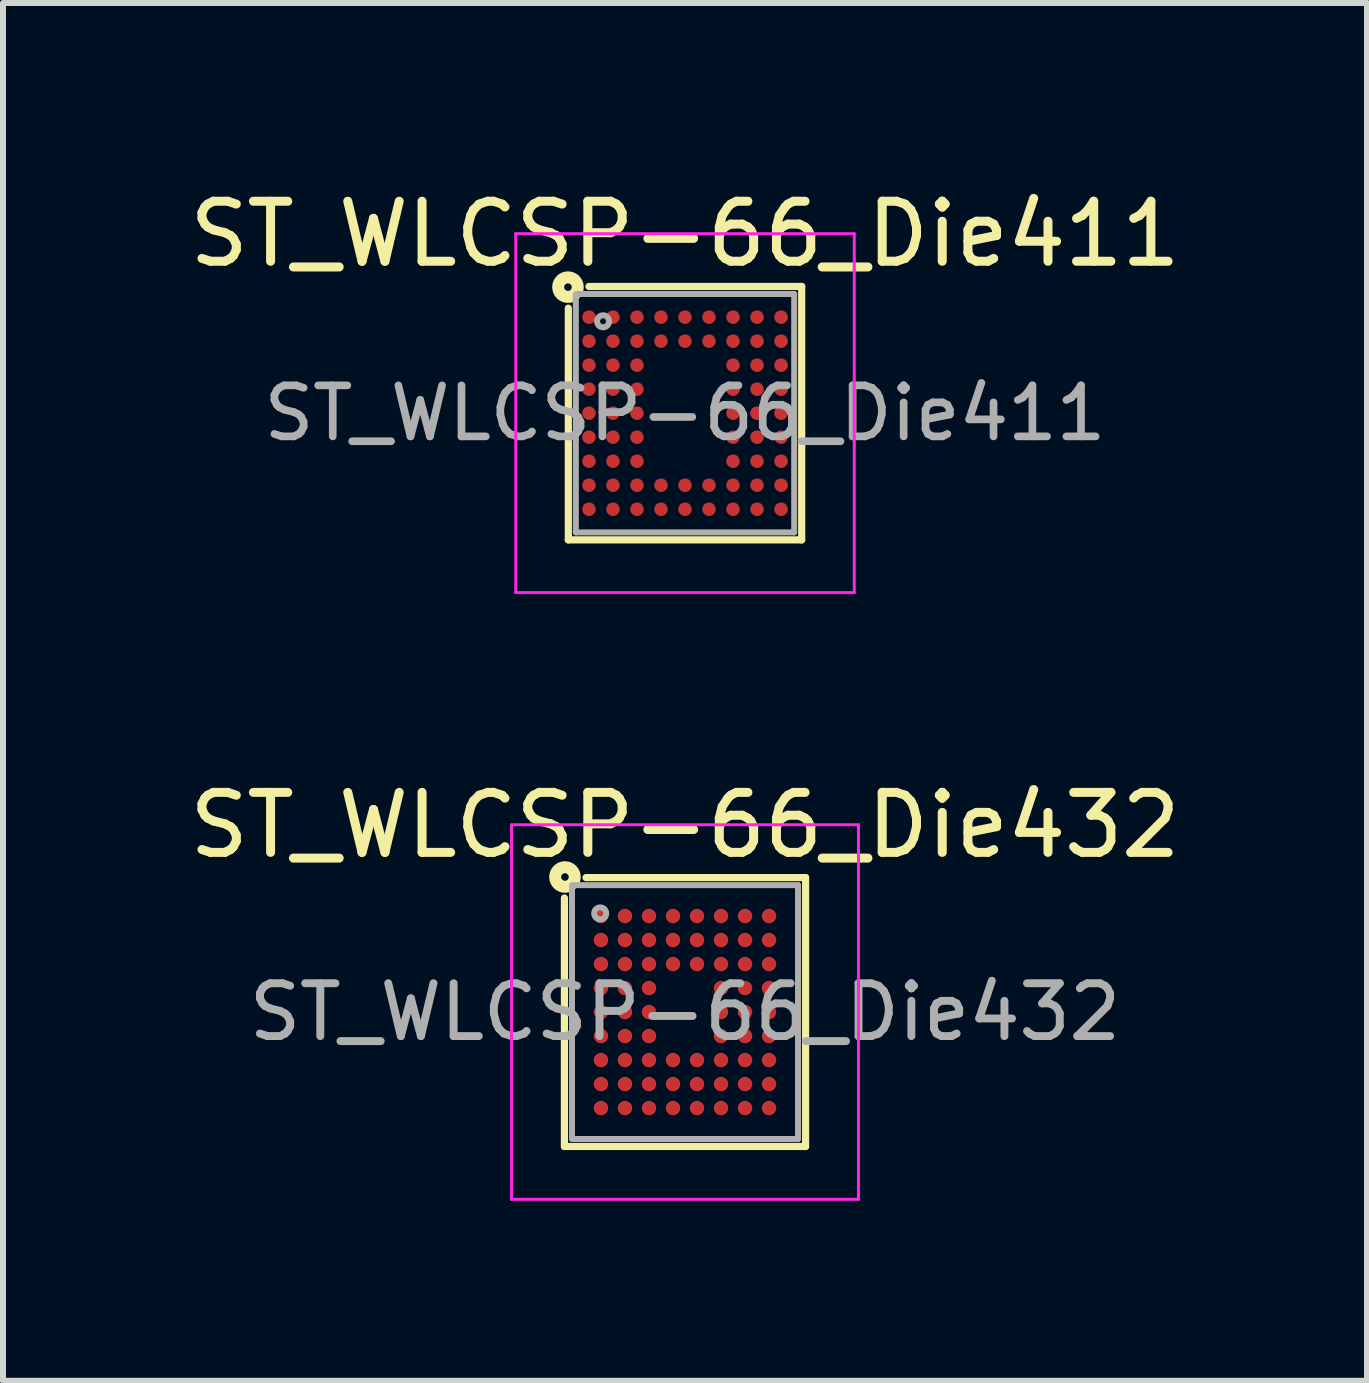
<source format=kicad_pcb>
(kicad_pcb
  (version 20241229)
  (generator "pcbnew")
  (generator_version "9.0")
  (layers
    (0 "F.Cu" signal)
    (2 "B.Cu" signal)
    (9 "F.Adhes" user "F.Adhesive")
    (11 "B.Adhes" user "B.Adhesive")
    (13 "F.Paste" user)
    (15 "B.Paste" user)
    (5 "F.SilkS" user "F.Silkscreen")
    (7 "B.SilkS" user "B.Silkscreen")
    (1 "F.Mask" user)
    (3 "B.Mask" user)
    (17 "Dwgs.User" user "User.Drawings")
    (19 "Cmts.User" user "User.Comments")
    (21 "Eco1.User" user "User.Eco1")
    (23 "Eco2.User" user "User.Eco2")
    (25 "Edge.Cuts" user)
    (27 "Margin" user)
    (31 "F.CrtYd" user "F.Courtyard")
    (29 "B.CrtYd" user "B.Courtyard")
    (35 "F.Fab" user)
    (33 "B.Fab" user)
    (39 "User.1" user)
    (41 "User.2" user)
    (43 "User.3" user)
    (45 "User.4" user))
  (footprint "ST_WLCSP-66_Die432"
    (layer "F.Cu")
    (at 8.363 13.812)
    (property "Reference" "ST_WLCSP-66_Die432" (at 0 -3.115 0) (layer "F.SilkS") (effects (font (size 1 1) (thickness 0.15))))
    (attr smd)
    (fp_line (start -2.009 2.24) (end -2.009 -1.9) (stroke (width 0.12) (type solid)) (layer "F.SilkS"))
    (fp_line (start -1.65 -2.24) (end 2.009 -2.24) (stroke (width 0.12) (type solid)) (layer "F.SilkS"))
    (fp_line (start 2.009 -2.24) (end 2.009 2.24) (stroke (width 0.12) (type solid)) (layer "F.SilkS"))
    (fp_line (start 2.009 2.24) (end -2.009 2.24) (stroke (width 0.12) (type solid)) (layer "F.SilkS"))
    (fp_circle (center -2 -2.25) (end -1.937 -2.25) (stroke (width 0.2) (type solid)) (fill no) (layer "F.SilkS"))
    (fp_line (start -2.89 -3.12) (end -2.89 3.12) (stroke (width 0.05) (type solid)) (layer "F.CrtYd"))
    (fp_line (start -2.89 3.12) (end 2.89 3.12) (stroke (width 0.05) (type solid)) (layer "F.CrtYd"))
    (fp_line (start 2.89 -3.12) (end -2.89 -3.12) (stroke (width 0.05) (type solid)) (layer "F.CrtYd"))
    (fp_line (start 2.89 3.12) (end 2.89 -3.12) (stroke (width 0.05) (type solid)) (layer "F.CrtYd"))
    (fp_line (start -1.883 2.115) (end -1.883 -2.1) (stroke (width 0.1) (type solid)) (layer "F.Fab"))
    (fp_line (start -1.88 -2.115) (end 1.883 -2.115) (stroke (width 0.1) (type solid)) (layer "F.Fab"))
    (fp_line (start 1.883 -2.115) (end 1.883 2.115) (stroke (width 0.1) (type solid)) (layer "F.Fab"))
    (fp_line (start 1.883 2.115) (end -1.883 2.115) (stroke (width 0.1) (type solid)) (layer "F.Fab"))
    (fp_circle (center -1.413 -1.644) (end -1.313 -1.644) (stroke (width 0.1) (type solid)) (fill no) (layer "F.Fab"))
    (fp_text user "${REFERENCE}" (at 0 0 0) (layer "F.Fab") (effects (font (size 0.88 0.88) (thickness 0.132))))
    (pad "A1" smd circle (at -1.4 -1.6) (size 0.24 0.24) (layers "F.Cu" "F.Mask" "F.Paste"))
    (pad "A2" smd circle (at -1 -1.6) (size 0.24 0.24) (layers "F.Cu" "F.Mask" "F.Paste"))
    (pad "A3" smd circle (at -0.6 -1.6) (size 0.24 0.24) (layers "F.Cu" "F.Mask" "F.Paste"))
    (pad "A4" smd circle (at -0.2 -1.6) (size 0.24 0.24) (layers "F.Cu" "F.Mask" "F.Paste"))
    (pad "A5" smd circle (at 0.2 -1.6) (size 0.24 0.24) (layers "F.Cu" "F.Mask" "F.Paste"))
    (pad "A6" smd circle (at 0.6 -1.6) (size 0.24 0.24) (layers "F.Cu" "F.Mask" "F.Paste"))
    (pad "A7" smd circle (at 1 -1.6) (size 0.24 0.24) (layers "F.Cu" "F.Mask" "F.Paste"))
    (pad "A8" smd circle (at 1.4 -1.6) (size 0.24 0.24) (layers "F.Cu" "F.Mask" "F.Paste"))
    (pad "B1" smd circle (at -1.4 -1.2) (size 0.24 0.24) (layers "F.Cu" "F.Mask" "F.Paste"))
    (pad "B2" smd circle (at -1 -1.2) (size 0.24 0.24) (layers "F.Cu" "F.Mask" "F.Paste"))
    (pad "B3" smd circle (at -0.6 -1.2) (size 0.24 0.24) (layers "F.Cu" "F.Mask" "F.Paste"))
    (pad "B4" smd circle (at -0.2 -1.2) (size 0.24 0.24) (layers "F.Cu" "F.Mask" "F.Paste"))
    (pad "B5" smd circle (at 0.2 -1.2) (size 0.24 0.24) (layers "F.Cu" "F.Mask" "F.Paste"))
    (pad "B6" smd circle (at 0.6 -1.2) (size 0.24 0.24) (layers "F.Cu" "F.Mask" "F.Paste"))
    (pad "B7" smd circle (at 1 -1.2) (size 0.24 0.24) (layers "F.Cu" "F.Mask" "F.Paste"))
    (pad "B8" smd circle (at 1.4 -1.2) (size 0.24 0.24) (layers "F.Cu" "F.Mask" "F.Paste"))
    (pad "C1" smd circle (at -1.4 -0.8) (size 0.24 0.24) (layers "F.Cu" "F.Mask" "F.Paste"))
    (pad "C2" smd circle (at -1 -0.8) (size 0.24 0.24) (layers "F.Cu" "F.Mask" "F.Paste"))
    (pad "C3" smd circle (at -0.6 -0.8) (size 0.24 0.24) (layers "F.Cu" "F.Mask" "F.Paste"))
    (pad "C4" smd circle (at -0.2 -0.8) (size 0.24 0.24) (layers "F.Cu" "F.Mask" "F.Paste"))
    (pad "C5" smd circle (at 0.2 -0.8) (size 0.24 0.24) (layers "F.Cu" "F.Mask" "F.Paste"))
    (pad "C6" smd circle (at 0.6 -0.8) (size 0.24 0.24) (layers "F.Cu" "F.Mask" "F.Paste"))
    (pad "C7" smd circle (at 1 -0.8) (size 0.24 0.24) (layers "F.Cu" "F.Mask" "F.Paste"))
    (pad "C8" smd circle (at 1.4 -0.8) (size 0.24 0.24) (layers "F.Cu" "F.Mask" "F.Paste"))
    (pad "D1" smd circle (at -1.4 -0.4) (size 0.24 0.24) (layers "F.Cu" "F.Mask" "F.Paste"))
    (pad "D2" smd circle (at -1 -0.4) (size 0.24 0.24) (layers "F.Cu" "F.Mask" "F.Paste"))
    (pad "D3" smd circle (at -0.6 -0.4) (size 0.24 0.24) (layers "F.Cu" "F.Mask" "F.Paste"))
    (pad "D6" smd circle (at 0.6 -0.4) (size 0.24 0.24) (layers "F.Cu" "F.Mask" "F.Paste"))
    (pad "D7" smd circle (at 1 -0.4) (size 0.24 0.24) (layers "F.Cu" "F.Mask" "F.Paste"))
    (pad "D8" smd circle (at 1.4 -0.4) (size 0.24 0.24) (layers "F.Cu" "F.Mask" "F.Paste"))
    (pad "E1" smd circle (at -1.4 0) (size 0.24 0.24) (layers "F.Cu" "F.Mask" "F.Paste"))
    (pad "E2" smd circle (at -1 0) (size 0.24 0.24) (layers "F.Cu" "F.Mask" "F.Paste"))
    (pad "E3" smd circle (at -0.6 0) (size 0.24 0.24) (layers "F.Cu" "F.Mask" "F.Paste"))
    (pad "E6" smd circle (at 0.6 0) (size 0.24 0.24) (layers "F.Cu" "F.Mask" "F.Paste"))
    (pad "E7" smd circle (at 1 0) (size 0.24 0.24) (layers "F.Cu" "F.Mask" "F.Paste"))
    (pad "E8" smd circle (at 1.4 0) (size 0.24 0.24) (layers "F.Cu" "F.Mask" "F.Paste"))
    (pad "F1" smd circle (at -1.4 0.4) (size 0.24 0.24) (layers "F.Cu" "F.Mask" "F.Paste"))
    (pad "F2" smd circle (at -1 0.4) (size 0.24 0.24) (layers "F.Cu" "F.Mask" "F.Paste"))
    (pad "F3" smd circle (at -0.6 0.4) (size 0.24 0.24) (layers "F.Cu" "F.Mask" "F.Paste"))
    (pad "F6" smd circle (at 0.6 0.4) (size 0.24 0.24) (layers "F.Cu" "F.Mask" "F.Paste"))
    (pad "F7" smd circle (at 1 0.4) (size 0.24 0.24) (layers "F.Cu" "F.Mask" "F.Paste"))
    (pad "F8" smd circle (at 1.4 0.4) (size 0.24 0.24) (layers "F.Cu" "F.Mask" "F.Paste"))
    (pad "G1" smd circle (at -1.4 0.8) (size 0.24 0.24) (layers "F.Cu" "F.Mask" "F.Paste"))
    (pad "G2" smd circle (at -1 0.8) (size 0.24 0.24) (layers "F.Cu" "F.Mask" "F.Paste"))
    (pad "G3" smd circle (at -0.6 0.8) (size 0.24 0.24) (layers "F.Cu" "F.Mask" "F.Paste"))
    (pad "G4" smd circle (at -0.2 0.8) (size 0.24 0.24) (layers "F.Cu" "F.Mask" "F.Paste"))
    (pad "G5" smd circle (at 0.2 0.8) (size 0.24 0.24) (layers "F.Cu" "F.Mask" "F.Paste"))
    (pad "G6" smd circle (at 0.6 0.8) (size 0.24 0.24) (layers "F.Cu" "F.Mask" "F.Paste"))
    (pad "G7" smd circle (at 1 0.8) (size 0.24 0.24) (layers "F.Cu" "F.Mask" "F.Paste"))
    (pad "G8" smd circle (at 1.4 0.8) (size 0.24 0.24) (layers "F.Cu" "F.Mask" "F.Paste"))
    (pad "H1" smd circle (at -1.4 1.2) (size 0.24 0.24) (layers "F.Cu" "F.Mask" "F.Paste"))
    (pad "H2" smd circle (at -1 1.2) (size 0.24 0.24) (layers "F.Cu" "F.Mask" "F.Paste"))
    (pad "H3" smd circle (at -0.6 1.2) (size 0.24 0.24) (layers "F.Cu" "F.Mask" "F.Paste"))
    (pad "H4" smd circle (at -0.2 1.2) (size 0.24 0.24) (layers "F.Cu" "F.Mask" "F.Paste"))
    (pad "H5" smd circle (at 0.2 1.2) (size 0.24 0.24) (layers "F.Cu" "F.Mask" "F.Paste"))
    (pad "H6" smd circle (at 0.6 1.2) (size 0.24 0.24) (layers "F.Cu" "F.Mask" "F.Paste"))
    (pad "H7" smd circle (at 1 1.2) (size 0.24 0.24) (layers "F.Cu" "F.Mask" "F.Paste"))
    (pad "H8" smd circle (at 1.4 1.2) (size 0.24 0.24) (layers "F.Cu" "F.Mask" "F.Paste"))
    (pad "J1" smd circle (at -1.4 1.6) (size 0.24 0.24) (layers "F.Cu" "F.Mask" "F.Paste"))
    (pad "J2" smd circle (at -1 1.6) (size 0.24 0.24) (layers "F.Cu" "F.Mask" "F.Paste"))
    (pad "J3" smd circle (at -0.6 1.6) (size 0.24 0.24) (layers "F.Cu" "F.Mask" "F.Paste"))
    (pad "J4" smd circle (at -0.2 1.6) (size 0.24 0.24) (layers "F.Cu" "F.Mask" "F.Paste"))
    (pad "J5" smd circle (at 0.2 1.6) (size 0.24 0.24) (layers "F.Cu" "F.Mask" "F.Paste"))
    (pad "J6" smd circle (at 0.6 1.6) (size 0.24 0.24) (layers "F.Cu" "F.Mask" "F.Paste"))
    (pad "J7" smd circle (at 1 1.6) (size 0.24 0.24) (layers "F.Cu" "F.Mask" "F.Paste"))
    (pad "J8" smd circle (at 1.4 1.6) (size 0.24 0.24) (layers "F.Cu" "F.Mask" "F.Paste")))
  (footprint "ST_WLCSP-66_Die411"
    (layer "F.Cu")
    (at 8.363 3.834)
    (property "Reference" "ST_WLCSP-66_Die411" (at 0 -2.986 0) (layer "F.SilkS") (effects (font (size 1 1) (thickness 0.15))))
    (attr smd)
    (fp_line (start -1.944 2.111) (end -1.944 -1.75) (stroke (width 0.12) (type solid)) (layer "F.SilkS"))
    (fp_line (start -1.6 -2.111) (end 1.944 -2.111) (stroke (width 0.12) (type solid)) (layer "F.SilkS"))
    (fp_line (start 1.944 -2.111) (end 1.944 2.111) (stroke (width 0.12) (type solid)) (layer "F.SilkS"))
    (fp_line (start 1.944 2.111) (end -1.944 2.111) (stroke (width 0.12) (type solid)) (layer "F.SilkS"))
    (fp_circle (center -1.95 -2.1) (end -1.887 -2.1) (stroke (width 0.2) (type solid)) (fill no) (layer "F.SilkS"))
    (fp_line (start -2.82 -2.99) (end -2.82 2.99) (stroke (width 0.05) (type solid)) (layer "F.CrtYd"))
    (fp_line (start -2.82 2.99) (end 2.82 2.99) (stroke (width 0.05) (type solid)) (layer "F.CrtYd"))
    (fp_line (start 2.82 -2.99) (end -2.82 -2.99) (stroke (width 0.05) (type solid)) (layer "F.CrtYd"))
    (fp_line (start 2.82 2.99) (end 2.82 -2.99) (stroke (width 0.05) (type solid)) (layer "F.CrtYd"))
    (fp_line (start -1.819 1.986) (end -1.819 -1.98) (stroke (width 0.1) (type solid)) (layer "F.Fab"))
    (fp_line (start -1.81 -1.986) (end 1.819 -1.986) (stroke (width 0.1) (type solid)) (layer "F.Fab"))
    (fp_line (start 1.819 -1.986) (end 1.819 1.986) (stroke (width 0.1) (type solid)) (layer "F.Fab"))
    (fp_line (start 1.819 1.986) (end -1.819 1.986) (stroke (width 0.1) (type solid)) (layer "F.Fab"))
    (fp_circle (center -1.365 -1.531) (end -1.265 -1.531) (stroke (width 0.1) (type solid)) (fill no) (layer "F.Fab"))
    (fp_text user "${REFERENCE}" (at 0 0 0) (layer "F.Fab") (effects (font (size 0.85 0.85) (thickness 0.128))))
    (pad "A1" smd circle (at -1.6 -1.6) (size 0.225 0.225) (layers "F.Cu" "F.Mask" "F.Paste"))
    (pad "A2" smd circle (at -1.2 -1.6) (size 0.225 0.225) (layers "F.Cu" "F.Mask" "F.Paste"))
    (pad "A3" smd circle (at -0.8 -1.6) (size 0.225 0.225) (layers "F.Cu" "F.Mask" "F.Paste"))
    (pad "A4" smd circle (at -0.4 -1.6) (size 0.225 0.225) (layers "F.Cu" "F.Mask" "F.Paste"))
    (pad "A5" smd circle (at 0 -1.6) (size 0.225 0.225) (layers "F.Cu" "F.Mask" "F.Paste"))
    (pad "A6" smd circle (at 0.4 -1.6) (size 0.225 0.225) (layers "F.Cu" "F.Mask" "F.Paste"))
    (pad "A7" smd circle (at 0.8 -1.6) (size 0.225 0.225) (layers "F.Cu" "F.Mask" "F.Paste"))
    (pad "A8" smd circle (at 1.2 -1.6) (size 0.225 0.225) (layers "F.Cu" "F.Mask" "F.Paste"))
    (pad "A9" smd circle (at 1.6 -1.6) (size 0.225 0.225) (layers "F.Cu" "F.Mask" "F.Paste"))
    (pad "B1" smd circle (at -1.6 -1.2) (size 0.225 0.225) (layers "F.Cu" "F.Mask" "F.Paste"))
    (pad "B2" smd circle (at -1.2 -1.2) (size 0.225 0.225) (layers "F.Cu" "F.Mask" "F.Paste"))
    (pad "B3" smd circle (at -0.8 -1.2) (size 0.225 0.225) (layers "F.Cu" "F.Mask" "F.Paste"))
    (pad "B4" smd circle (at -0.4 -1.2) (size 0.225 0.225) (layers "F.Cu" "F.Mask" "F.Paste"))
    (pad "B5" smd circle (at 0 -1.2) (size 0.225 0.225) (layers "F.Cu" "F.Mask" "F.Paste"))
    (pad "B6" smd circle (at 0.4 -1.2) (size 0.225 0.225) (layers "F.Cu" "F.Mask" "F.Paste"))
    (pad "B7" smd circle (at 0.8 -1.2) (size 0.225 0.225) (layers "F.Cu" "F.Mask" "F.Paste"))
    (pad "B8" smd circle (at 1.2 -1.2) (size 0.225 0.225) (layers "F.Cu" "F.Mask" "F.Paste"))
    (pad "B9" smd circle (at 1.6 -1.2) (size 0.225 0.225) (layers "F.Cu" "F.Mask" "F.Paste"))
    (pad "C1" smd circle (at -1.6 -0.8) (size 0.225 0.225) (layers "F.Cu" "F.Mask" "F.Paste"))
    (pad "C2" smd circle (at -1.2 -0.8) (size 0.225 0.225) (layers "F.Cu" "F.Mask" "F.Paste"))
    (pad "C3" smd circle (at -0.8 -0.8) (size 0.225 0.225) (layers "F.Cu" "F.Mask" "F.Paste"))
    (pad "C7" smd circle (at 0.8 -0.8) (size 0.225 0.225) (layers "F.Cu" "F.Mask" "F.Paste"))
    (pad "C8" smd circle (at 1.2 -0.8) (size 0.225 0.225) (layers "F.Cu" "F.Mask" "F.Paste"))
    (pad "C9" smd circle (at 1.6 -0.8) (size 0.225 0.225) (layers "F.Cu" "F.Mask" "F.Paste"))
    (pad "D1" smd circle (at -1.6 -0.4) (size 0.225 0.225) (layers "F.Cu" "F.Mask" "F.Paste"))
    (pad "D2" smd circle (at -1.2 -0.4) (size 0.225 0.225) (layers "F.Cu" "F.Mask" "F.Paste"))
    (pad "D3" smd circle (at -0.8 -0.4) (size 0.225 0.225) (layers "F.Cu" "F.Mask" "F.Paste"))
    (pad "D7" smd circle (at 0.8 -0.4) (size 0.225 0.225) (layers "F.Cu" "F.Mask" "F.Paste"))
    (pad "D8" smd circle (at 1.2 -0.4) (size 0.225 0.225) (layers "F.Cu" "F.Mask" "F.Paste"))
    (pad "D9" smd circle (at 1.6 -0.4) (size 0.225 0.225) (layers "F.Cu" "F.Mask" "F.Paste"))
    (pad "E1" smd circle (at -1.6 0) (size 0.225 0.225) (layers "F.Cu" "F.Mask" "F.Paste"))
    (pad "E2" smd circle (at -1.2 0) (size 0.225 0.225) (layers "F.Cu" "F.Mask" "F.Paste"))
    (pad "E3" smd circle (at -0.8 0) (size 0.225 0.225) (layers "F.Cu" "F.Mask" "F.Paste"))
    (pad "E7" smd circle (at 0.8 0) (size 0.225 0.225) (layers "F.Cu" "F.Mask" "F.Paste"))
    (pad "E8" smd circle (at 1.2 0) (size 0.225 0.225) (layers "F.Cu" "F.Mask" "F.Paste"))
    (pad "E9" smd circle (at 1.6 0) (size 0.225 0.225) (layers "F.Cu" "F.Mask" "F.Paste"))
    (pad "F1" smd circle (at -1.6 0.4) (size 0.225 0.225) (layers "F.Cu" "F.Mask" "F.Paste"))
    (pad "F2" smd circle (at -1.2 0.4) (size 0.225 0.225) (layers "F.Cu" "F.Mask" "F.Paste"))
    (pad "F3" smd circle (at -0.8 0.4) (size 0.225 0.225) (layers "F.Cu" "F.Mask" "F.Paste"))
    (pad "F7" smd circle (at 0.8 0.4) (size 0.225 0.225) (layers "F.Cu" "F.Mask" "F.Paste"))
    (pad "F8" smd circle (at 1.2 0.4) (size 0.225 0.225) (layers "F.Cu" "F.Mask" "F.Paste"))
    (pad "F9" smd circle (at 1.6 0.4) (size 0.225 0.225) (layers "F.Cu" "F.Mask" "F.Paste"))
    (pad "G1" smd circle (at -1.6 0.8) (size 0.225 0.225) (layers "F.Cu" "F.Mask" "F.Paste"))
    (pad "G2" smd circle (at -1.2 0.8) (size 0.225 0.225) (layers "F.Cu" "F.Mask" "F.Paste"))
    (pad "G3" smd circle (at -0.8 0.8) (size 0.225 0.225) (layers "F.Cu" "F.Mask" "F.Paste"))
    (pad "G7" smd circle (at 0.8 0.8) (size 0.225 0.225) (layers "F.Cu" "F.Mask" "F.Paste"))
    (pad "G8" smd circle (at 1.2 0.8) (size 0.225 0.225) (layers "F.Cu" "F.Mask" "F.Paste"))
    (pad "G9" smd circle (at 1.6 0.8) (size 0.225 0.225) (layers "F.Cu" "F.Mask" "F.Paste"))
    (pad "H1" smd circle (at -1.6 1.2) (size 0.225 0.225) (layers "F.Cu" "F.Mask" "F.Paste"))
    (pad "H2" smd circle (at -1.2 1.2) (size 0.225 0.225) (layers "F.Cu" "F.Mask" "F.Paste"))
    (pad "H3" smd circle (at -0.8 1.2) (size 0.225 0.225) (layers "F.Cu" "F.Mask" "F.Paste"))
    (pad "H4" smd circle (at -0.4 1.2) (size 0.225 0.225) (layers "F.Cu" "F.Mask" "F.Paste"))
    (pad "H5" smd circle (at 0 1.2) (size 0.225 0.225) (layers "F.Cu" "F.Mask" "F.Paste"))
    (pad "H6" smd circle (at 0.4 1.2) (size 0.225 0.225) (layers "F.Cu" "F.Mask" "F.Paste"))
    (pad "H7" smd circle (at 0.8 1.2) (size 0.225 0.225) (layers "F.Cu" "F.Mask" "F.Paste"))
    (pad "H8" smd circle (at 1.2 1.2) (size 0.225 0.225) (layers "F.Cu" "F.Mask" "F.Paste"))
    (pad "H9" smd circle (at 1.6 1.2) (size 0.225 0.225) (layers "F.Cu" "F.Mask" "F.Paste"))
    (pad "J1" smd circle (at -1.6 1.6) (size 0.225 0.225) (layers "F.Cu" "F.Mask" "F.Paste"))
    (pad "J2" smd circle (at -1.2 1.6) (size 0.225 0.225) (layers "F.Cu" "F.Mask" "F.Paste"))
    (pad "J3" smd circle (at -0.8 1.6) (size 0.225 0.225) (layers "F.Cu" "F.Mask" "F.Paste"))
    (pad "J4" smd circle (at -0.4 1.6) (size 0.225 0.225) (layers "F.Cu" "F.Mask" "F.Paste"))
    (pad "J5" smd circle (at 0 1.6) (size 0.225 0.225) (layers "F.Cu" "F.Mask" "F.Paste"))
    (pad "J6" smd circle (at 0.4 1.6) (size 0.225 0.225) (layers "F.Cu" "F.Mask" "F.Paste"))
    (pad "J7" smd circle (at 0.8 1.6) (size 0.225 0.225) (layers "F.Cu" "F.Mask" "F.Paste"))
    (pad "J8" smd circle (at 1.2 1.6) (size 0.225 0.225) (layers "F.Cu" "F.Mask" "F.Paste"))
    (pad "J9" smd circle (at 1.6 1.6) (size 0.225 0.225) (layers "F.Cu" "F.Mask" "F.Paste")))
  (gr_rect
    (start -3 -3)
    (end 19.726 19.956)
    (stroke (width 0.1) (type default))
    (fill no)
    (layer "Edge.Cuts")))
</source>
